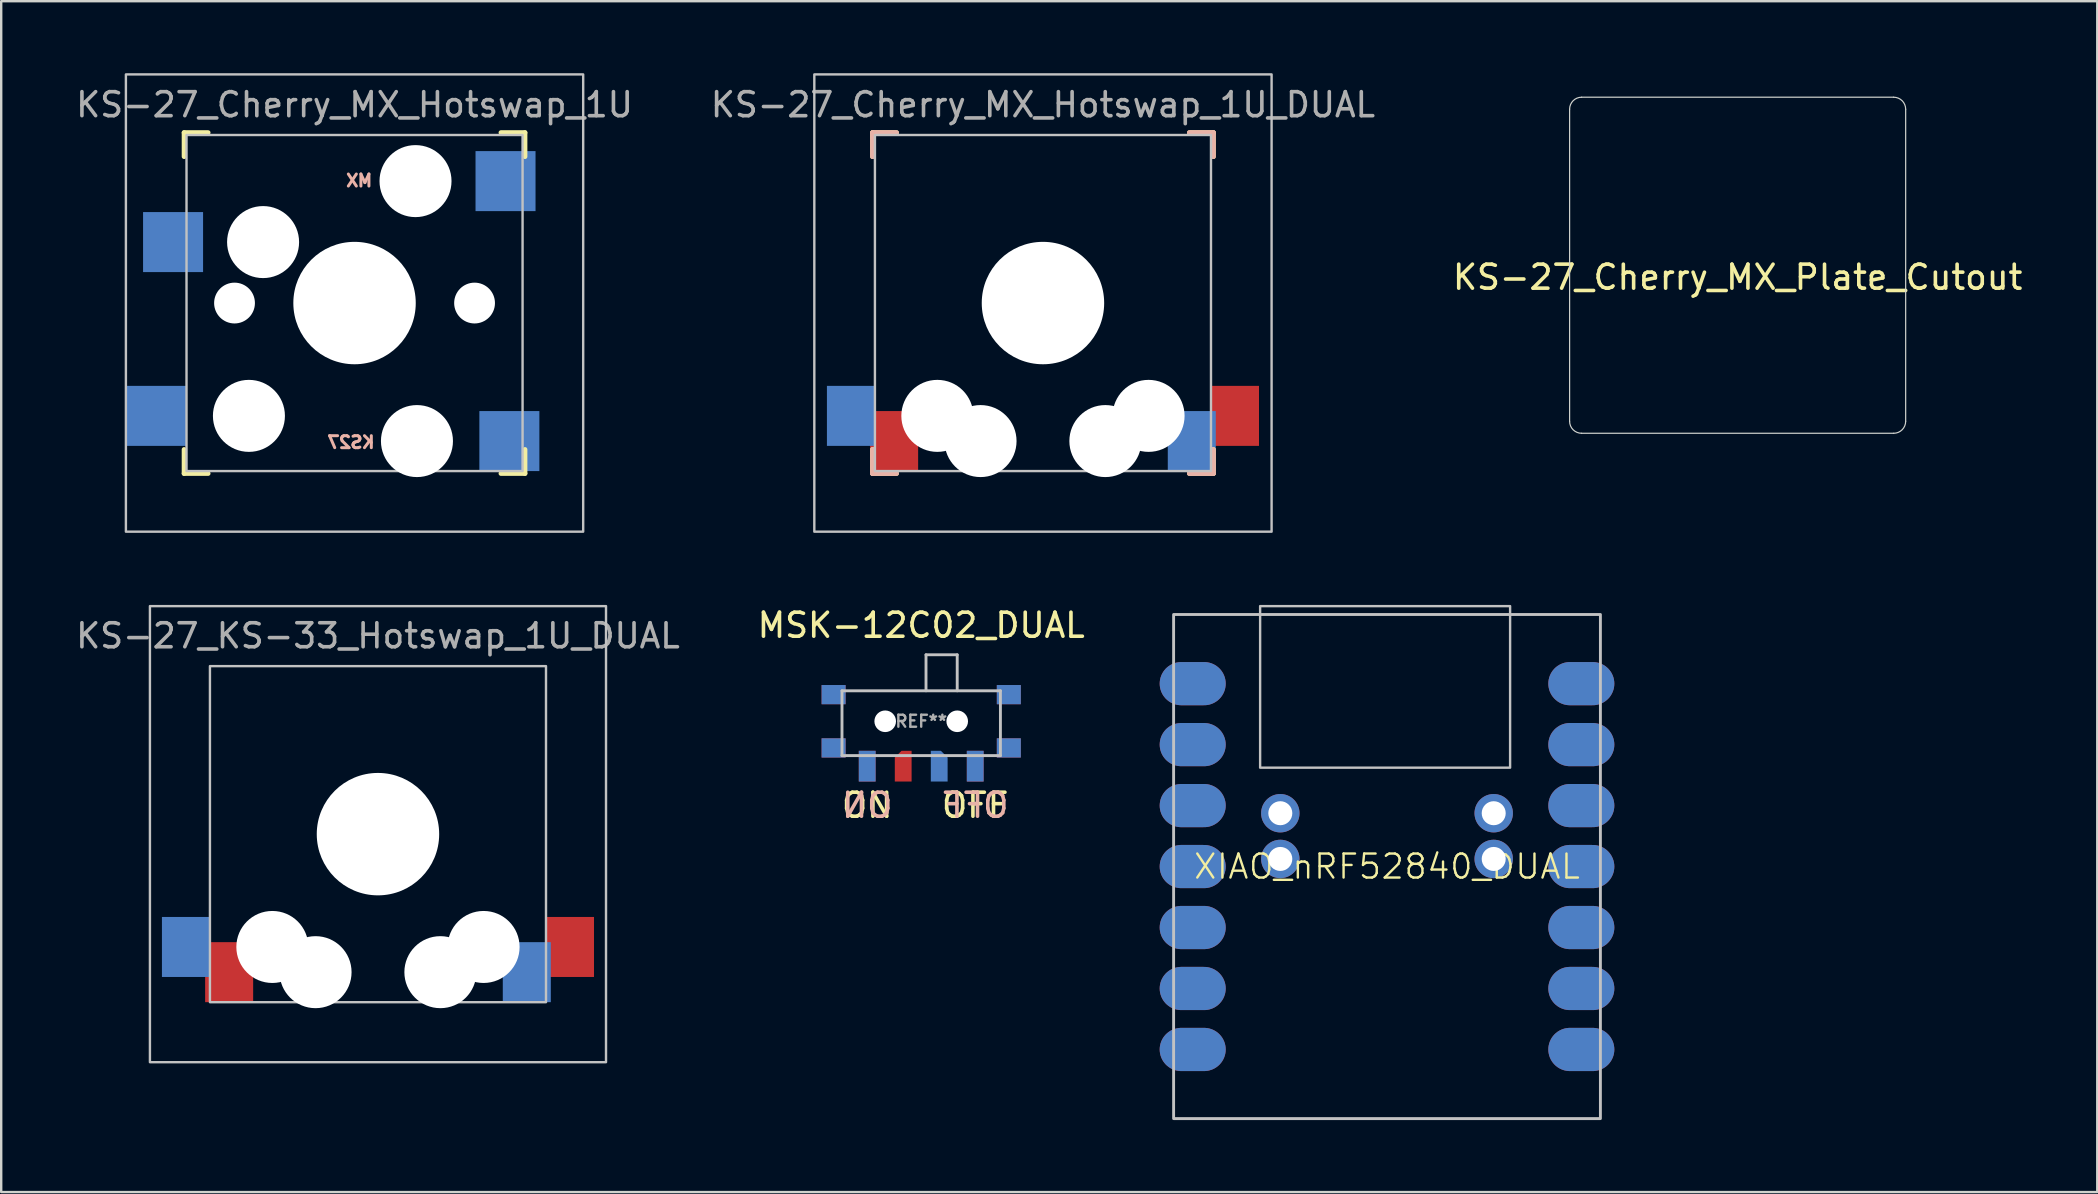
<source format=kicad_pcb>
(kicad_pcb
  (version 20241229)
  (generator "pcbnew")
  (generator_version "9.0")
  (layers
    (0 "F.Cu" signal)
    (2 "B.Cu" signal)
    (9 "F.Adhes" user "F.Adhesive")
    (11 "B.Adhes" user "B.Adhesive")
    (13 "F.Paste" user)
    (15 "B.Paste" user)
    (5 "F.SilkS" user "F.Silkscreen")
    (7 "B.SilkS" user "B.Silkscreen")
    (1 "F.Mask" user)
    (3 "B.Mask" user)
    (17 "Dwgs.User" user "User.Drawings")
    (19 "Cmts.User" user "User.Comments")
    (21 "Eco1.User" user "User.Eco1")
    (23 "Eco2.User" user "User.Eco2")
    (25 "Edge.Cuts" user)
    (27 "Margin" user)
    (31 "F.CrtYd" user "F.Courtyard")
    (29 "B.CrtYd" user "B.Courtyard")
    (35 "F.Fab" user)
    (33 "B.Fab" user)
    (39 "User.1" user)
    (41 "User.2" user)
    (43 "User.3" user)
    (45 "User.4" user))
  (footprint "KS-27_Cherry_MX_Hotswap_1U"
    (layer "F.Cu")
    (at 11.72 9.575)
    (property "Reference" "KS-27_Cherry_MX_Hotswap_1U" (at 0 -8.262 0) (unlocked yes) (layer "F.Fab") (effects (font (size 1 1) (thickness 0.15))))
    (attr smd)
    (fp_line (start -7.1 -7.1) (end -7.1 -6.1) (stroke (width 0.2) (type default)) (layer "F.SilkS"))
    (fp_line (start -7.1 -7.1) (end -6.1 -7.1) (stroke (width 0.2) (type default)) (layer "F.SilkS"))
    (fp_line (start -7.1 7.1) (end -7.1 6.1) (stroke (width 0.2) (type default)) (layer "F.SilkS"))
    (fp_line (start -6.1 7.1) (end -7.1 7.1) (stroke (width 0.2) (type default)) (layer "F.SilkS"))
    (fp_line (start 6.1 -7.1) (end 7.1 -7.1) (stroke (width 0.2) (type default)) (layer "F.SilkS"))
    (fp_line (start 7.1 -6.1) (end 7.1 -7.1) (stroke (width 0.2) (type default)) (layer "F.SilkS"))
    (fp_line (start 7.1 7.1) (end 6.1 7.1) (stroke (width 0.2) (type default)) (layer "F.SilkS"))
    (fp_line (start 7.1 7.1) (end 7.1 6.1) (stroke (width 0.2) (type default)) (layer "F.SilkS"))
    (fp_rect (start -9.525 -9.525) (end 9.525 9.525) (stroke (width 0.1) (type default)) (fill no) (layer "Dwgs.User"))
    (fp_rect (start -7 -7) (end 7 7) (stroke (width 0.1) (type default)) (fill no) (layer "Dwgs.User"))
    (fp_text user "MX" (at 0.8 -5.1 0) (unlocked yes) (layer "B.SilkS") (effects (font (size 0.5 0.5) (thickness 0.125)) (justify left mirror)))
    (fp_text user "KS27" (at 0.9 5.8 0) (unlocked yes) (layer "B.SilkS") (effects (font (size 0.5 0.5) (thickness 0.125)) (justify left mirror)))
    (pad "" np_thru_hole circle (at -5 0) (size 1.7 1.7) (drill 1.7) (layers "*.Cu" "*.Mask"))
    (pad "" np_thru_hole circle (at -4.4 4.7) (size 3 3) (drill 3) (layers "*.Cu" "*.Mask"))
    (pad "" np_thru_hole circle (at -3.81 -2.54) (size 3 3) (drill 3) (layers "*.Cu" "*.Mask"))
    (pad "" np_thru_hole circle (at 0 0) (size 5.1 5.1) (drill 5.1) (layers "*.Cu" "*.Mask"))
    (pad "" np_thru_hole circle (at 2.54 -5.08) (size 3 3) (drill 3) (layers "*.Cu" "*.Mask"))
    (pad "" np_thru_hole circle (at 2.6 5.75) (size 3 3) (drill 3) (layers "*.Cu" "*.Mask"))
    (pad "" np_thru_hole circle (at 5 0) (size 1.7 1.7) (drill 1.7) (layers "*.Cu" "*.Mask"))
    (pad "1" smd rect (at -8.25 4.7) (size 2.5 2.5) (layers "B.Cu" "B.Mask" "B.Paste"))
    (pad "1" smd rect (at -7.56 -2.54) (size 2.5 2.5) (layers "B.Cu" "B.Mask" "B.Paste"))
    (pad "2" smd rect (at 6.29 -5.08) (size 2.5 2.5) (layers "B.Cu" "B.Mask" "B.Paste"))
    (pad "2" smd rect (at 6.45 5.75) (size 2.5 2.5) (layers "B.Cu" "B.Mask" "B.Paste")))
  (footprint "KS-27_Cherry_MX_Hotswap_1U_DUAL"
    (layer "F.Cu")
    (at 40.399 9.575)
    (property "Reference" "KS-27_Cherry_MX_Hotswap_1U_DUAL" (at 0 -8.262 0) (unlocked yes) (layer "F.Fab") (effects (font (size 1 1) (thickness 0.15))))
    (attr smd)
    (fp_line (start -7.1 -7.1) (end -7.1 -6.1) (stroke (width 0.2) (type default)) (layer "F.SilkS"))
    (fp_line (start -7.1 -7.1) (end -6.1 -7.1) (stroke (width 0.2) (type default)) (layer "F.SilkS"))
    (fp_line (start -7.1 7.1) (end -7.1 6.1) (stroke (width 0.2) (type default)) (layer "F.SilkS"))
    (fp_line (start -6.1 7.1) (end -7.1 7.1) (stroke (width 0.2) (type default)) (layer "F.SilkS"))
    (fp_line (start 6.1 -7.1) (end 7.1 -7.1) (stroke (width 0.2) (type default)) (layer "F.SilkS"))
    (fp_line (start 7.1 -6.1) (end 7.1 -7.1) (stroke (width 0.2) (type default)) (layer "F.SilkS"))
    (fp_line (start 7.1 7.1) (end 6.1 7.1) (stroke (width 0.2) (type default)) (layer "F.SilkS"))
    (fp_line (start 7.1 7.1) (end 7.1 6.1) (stroke (width 0.2) (type default)) (layer "F.SilkS"))
    (fp_line (start -7.1 -6.1) (end -7.1 -7.1) (stroke (width 0.2) (type default)) (layer "B.SilkS"))
    (fp_line (start -7.1 7.1) (end -7.1 6.1) (stroke (width 0.2) (type default)) (layer "B.SilkS"))
    (fp_line (start -7.1 7.1) (end -6.1 7.1) (stroke (width 0.2) (type default)) (layer "B.SilkS"))
    (fp_line (start -6.1 -7.1) (end -7.1 -7.1) (stroke (width 0.2) (type default)) (layer "B.SilkS"))
    (fp_line (start 6.1 7.1) (end 7.1 7.1) (stroke (width 0.2) (type default)) (layer "B.SilkS"))
    (fp_line (start 7.1 -7.1) (end 6.1 -7.1) (stroke (width 0.2) (type default)) (layer "B.SilkS"))
    (fp_line (start 7.1 -7.1) (end 7.1 -6.1) (stroke (width 0.2) (type default)) (layer "B.SilkS"))
    (fp_line (start 7.1 7.1) (end 7.1 6.1) (stroke (width 0.2) (type default)) (layer "B.SilkS"))
    (fp_rect (start -9.525 -9.525) (end 9.525 9.525) (stroke (width 0.1) (type default)) (fill no) (layer "Dwgs.User"))
    (fp_rect (start -7 -7) (end 7 7) (stroke (width 0.1) (type default)) (fill no) (layer "Dwgs.User"))
    (pad "" np_thru_hole circle (at -4.4 4.7) (size 3 3) (drill 3) (layers "*.Cu" "*.Mask"))
    (pad "" np_thru_hole circle (at -2.6 5.75) (size 3 3) (drill 3) (layers "*.Cu" "*.Mask"))
    (pad "" np_thru_hole circle (at 0 0) (size 5.1 5.1) (drill 5.1) (layers "*.Cu" "*.Mask"))
    (pad "" np_thru_hole circle (at 2.6 5.75) (size 3 3) (drill 3) (layers "*.Cu" "*.Mask"))
    (pad "" np_thru_hole circle (at 4.4 4.7) (size 3 3) (drill 3) (layers "*.Cu" "*.Mask"))
    (pad "1" smd rect (at -8 4.7) (size 2 2.5) (layers "B.Cu" "B.Mask" "B.Paste"))
    (pad "1" smd rect (at -6.2 5.75) (size 2 2.5) (layers "F.Cu" "F.Mask" "F.Paste"))
    (pad "2" smd rect (at 6.2 5.75) (size 2 2.5) (layers "B.Cu" "B.Mask" "B.Paste"))
    (pad "2" smd rect (at 8 4.7) (size 2 2.5) (layers "F.Cu" "F.Mask" "F.Paste")))
  (footprint "KS-27_KS-33_Hotswap_1U_DUAL"
    (layer "F.Cu")
    (at 12.696 31.7)
    (property "Reference" "KS-27_KS-33_Hotswap_1U_DUAL" (at 0 -8.262 0) (unlocked yes) (layer "F.Fab") (effects (font (size 1 1) (thickness 0.15))))
    (attr smd)
    (fp_rect (start -9.5 -9.5) (end 9.5 9.5) (stroke (width 0.1) (type default)) (fill no) (layer "Dwgs.User"))
    (fp_rect (start -7 -7) (end 7 7) (stroke (width 0.1) (type default)) (fill no) (layer "Dwgs.User"))
    (pad "" np_thru_hole circle (at -4.4 4.7) (size 3 3) (drill 3) (layers "*.Cu" "*.Mask"))
    (pad "" np_thru_hole circle (at -2.6 5.75) (size 3 3) (drill 3) (layers "*.Cu" "*.Mask"))
    (pad "" np_thru_hole circle (at 0 0) (size 5.1 5.1) (drill 5.1) (layers "*.Cu" "*.Mask"))
    (pad "" np_thru_hole circle (at 2.6 5.75) (size 3 3) (drill 3) (layers "*.Cu" "*.Mask"))
    (pad "" np_thru_hole circle (at 4.4 4.7) (size 3 3) (drill 3) (layers "*.Cu" "*.Mask"))
    (pad "1" smd rect (at -8 4.7) (size 2 2.5) (layers "B.Cu" "B.Mask" "B.Paste"))
    (pad "1" smd rect (at -6.2 5.75) (size 2 2.5) (layers "F.Cu" "F.Mask" "F.Paste"))
    (pad "2" smd rect (at 6.2 5.75) (size 2 2.5) (layers "B.Cu" "B.Mask" "B.Paste"))
    (pad "2" smd rect (at 8 4.7) (size 2 2.5) (layers "F.Cu" "F.Mask" "F.Paste")))
  (footprint "KS-27_Cherry_MX_Plate_Cutout"
    (layer "F.Cu")
    (at 69.339 8)
    (property "Reference" "KS-27_Cherry_MX_Plate_Cutout" (at 0 0.5 0) (layer "F.SilkS") (effects (font (size 1 1) (thickness 0.15))))
    (attr through_hole)
    (fp_line (start -7 6.5) (end -7 -6.5) (stroke (width 0.05) (type default)) (layer "Edge.Cuts"))
    (fp_line (start -6.5 -7) (end 6.5 -7) (stroke (width 0.05) (type default)) (layer "Edge.Cuts"))
    (fp_line (start 6.5 7) (end -6.5 7) (stroke (width 0.05) (type default)) (layer "Edge.Cuts"))
    (fp_line (start 7 -6.5) (end 7 6.5) (stroke (width 0.05) (type default)) (layer "Edge.Cuts"))
    (fp_arc (start -7 -6.5) (mid -6.853553 -6.853553) (end -6.5 -7) (stroke (width 0.05) (type default)) (layer "Edge.Cuts"))
    (fp_arc (start -6.5 7) (mid -6.853553 6.853553) (end -7 6.5) (stroke (width 0.05) (type default)) (layer "Edge.Cuts"))
    (fp_arc (start 6.5 -7) (mid 6.853553 -6.853553) (end 7 -6.5) (stroke (width 0.05) (type default)) (layer "Edge.Cuts"))
    (fp_arc (start 7 6.5) (mid 6.853553 6.853553) (end 6.5 7) (stroke (width 0.05) (type default)) (layer "Edge.Cuts"))
    (zone (net_name "") (layers "F.Cu" "B.Cu") (hatch edge 0.5) (connect_pads) (min_thickness 0.25) (filled_areas_thickness no) (keepout (tracks allowed) (vias allowed) (pads allowed) (copperpour not_allowed) (footprints allowed)) (placement (enabled no)) (fill) (polygon (pts (xy 62.339 0) (xy 76.339 0) (xy 77.339 1) (xy 77.339 15) (xy 76.339 16) (xy 62.339 16) (xy 61.339 15) (xy 61.339 1)))))
  (footprint "XIAO_nRF52840_DUAL"
    (layer "F.Cu")
    (at 54.732 22.55)
    (property "Reference" "XIAO_nRF52840_DUAL" (at 0 10.5 0) (unlocked yes) (layer "F.SilkS") (effects (font (size 1 1) (thickness 0.1))))
    (attr smd)
    (fp_rect (start -8.89 21) (end 8.89 0) (stroke (width 0.12) (type solid)) (fill no) (layer "Dwgs.User"))
    (fp_rect (start -5.286 -0.35) (end 5.128 6.381) (stroke (width 0.1) (type default)) (fill no) (layer "Dwgs.User"))
    (pad "1" smd oval (at -8.57 2.88 180) (size 2.75 1.8) (drill (offset -0.475 0)) (layers "F.Cu" "F.Mask" "F.Paste"))
    (pad "1" smd oval (at 8.57 2.88 180) (size 2.75 1.8) (drill (offset 0.475 0)) (layers "B.Cu" "B.Mask" "B.Paste"))
    (pad "2" smd oval (at -8.57 5.42 180) (size 2.75 1.8) (drill (offset -0.475 0)) (layers "F.Cu" "F.Mask" "F.Paste"))
    (pad "2" smd oval (at 8.57 5.42 180) (size 2.75 1.8) (drill (offset 0.475 0)) (layers "B.Cu" "B.Mask" "B.Paste"))
    (pad "3" smd oval (at -8.57 7.96 180) (size 2.75 1.8) (drill (offset -0.475 0)) (layers "F.Cu" "F.Mask" "F.Paste"))
    (pad "3" smd oval (at 8.57 7.96 180) (size 2.75 1.8) (drill (offset 0.475 0)) (layers "B.Cu" "B.Mask" "B.Paste"))
    (pad "4" smd oval (at -8.57 10.5 180) (size 2.75 1.8) (drill (offset -0.475 0)) (layers "F.Cu" "F.Mask" "F.Paste"))
    (pad "4" smd oval (at 8.57 10.5 180) (size 2.75 1.8) (drill (offset 0.475 0)) (layers "B.Cu" "B.Mask" "B.Paste"))
    (pad "5" smd oval (at -8.57 13.04 180) (size 2.75 1.8) (drill (offset -0.475 0)) (layers "F.Cu" "F.Mask" "F.Paste"))
    (pad "5" smd oval (at 8.57 13.04 180) (size 2.75 1.8) (drill (offset 0.475 0)) (layers "B.Cu" "B.Mask" "B.Paste"))
    (pad "6" smd oval (at -8.57 15.58 180) (size 2.75 1.8) (drill (offset -0.475 0)) (layers "F.Cu" "F.Mask" "F.Paste"))
    (pad "6" smd oval (at 8.57 15.58 180) (size 2.75 1.8) (drill (offset 0.475 0)) (layers "B.Cu" "B.Mask" "B.Paste"))
    (pad "7" smd oval (at -8.57 18.12 180) (size 2.75 1.8) (drill (offset -0.475 0)) (layers "F.Cu" "F.Mask" "F.Paste"))
    (pad "7" smd oval (at 8.57 18.12 180) (size 2.75 1.8) (drill (offset 0.475 0)) (layers "B.Cu" "B.Mask" "B.Paste"))
    (pad "8" smd oval (at -8.57 18.12) (size 2.75 1.8) (drill (offset 0.475 0)) (layers "B.Cu" "B.Mask" "B.Paste"))
    (pad "8" smd oval (at 8.57 18.12) (size 2.75 1.8) (drill (offset -0.475 0)) (layers "F.Cu" "F.Mask" "F.Paste"))
    (pad "9" smd oval (at -8.57 15.58) (size 2.75 1.8) (drill (offset 0.475 0)) (layers "B.Cu" "B.Mask" "B.Paste"))
    (pad "9" smd oval (at 8.57 15.58) (size 2.75 1.8) (drill (offset -0.475 0)) (layers "F.Cu" "F.Mask" "F.Paste"))
    (pad "10" smd oval (at -8.57 13.04) (size 2.75 1.8) (drill (offset 0.475 0)) (layers "B.Cu" "B.Mask" "B.Paste"))
    (pad "10" smd oval (at 8.57 13.04) (size 2.75 1.8) (drill (offset -0.475 0)) (layers "F.Cu" "F.Mask" "F.Paste"))
    (pad "11" smd oval (at -8.57 10.5) (size 2.75 1.8) (drill (offset 0.475 0)) (layers "B.Cu" "B.Mask" "B.Paste"))
    (pad "11" smd oval (at 8.57 10.5) (size 2.75 1.8) (drill (offset -0.475 0)) (layers "F.Cu" "F.Mask" "F.Paste"))
    (pad "12" smd oval (at -8.57 7.96) (size 2.75 1.8) (drill (offset 0.475 0)) (layers "B.Cu" "B.Mask" "B.Paste"))
    (pad "12" smd oval (at 8.57 7.96) (size 2.75 1.8) (drill (offset -0.475 0)) (layers "F.Cu" "F.Mask" "F.Paste"))
    (pad "13" smd oval (at -8.57 5.42) (size 2.75 1.8) (drill (offset 0.475 0)) (layers "B.Cu" "B.Mask" "B.Paste"))
    (pad "13" smd oval (at 8.57 5.42) (size 2.75 1.8) (drill (offset -0.475 0)) (layers "F.Cu" "F.Mask" "F.Paste"))
    (pad "14" smd oval (at -8.57 2.88) (size 2.75 1.8) (drill (offset 0.475 0)) (layers "B.Cu" "B.Mask" "B.Paste"))
    (pad "14" smd oval (at 8.57 2.88) (size 2.75 1.8) (drill (offset -0.475 0)) (layers "F.Cu" "F.Mask" "F.Paste"))
    (pad "19" thru_hole circle (at -4.445 10.183 180) (size 1.6 1.6) (drill 1) (layers "*.Cu" "*.Mask"))
    (pad "19" thru_hole circle (at 4.445 10.183 180) (size 1.6 1.6) (drill 1) (layers "*.Cu" "*.Mask"))
    (pad "20" thru_hole circle (at -4.445 8.278 180) (size 1.6 1.6) (drill 1) (layers "*.Cu" "*.Mask"))
    (pad "20" thru_hole circle (at 4.445 8.278 180) (size 1.6 1.6) (drill 1) (layers "*.Cu" "*.Mask")))
  (footprint "MSK-12C02_DUAL"
    (layer "F.Cu")
    (at 35.327 25.728)
    (property "Reference" "MSK-12C02_DUAL" (at 0 -2.73 0) (layer "F.SilkS") (effects (font (size 1 1) (thickness 0.15))))
    (attr through_hole)
    (fp_line (start -3.3 0) (end -3.3 2.7) (stroke (width 0.12) (type solid)) (layer "Dwgs.User"))
    (fp_line (start -3.3 0) (end 3.3 0) (stroke (width 0.12) (type solid)) (layer "Dwgs.User"))
    (fp_line (start -3.3 2.7) (end 3.3 2.7) (stroke (width 0.12) (type solid)) (layer "Dwgs.User"))
    (fp_line (start 0.2 -1.5) (end 0.2 0) (stroke (width 0.12) (type solid)) (layer "Dwgs.User"))
    (fp_line (start 0.2 -1.5) (end 1.5 -1.5) (stroke (width 0.12) (type solid)) (layer "Dwgs.User"))
    (fp_line (start 1.5 -1.5) (end 1.5 0) (stroke (width 0.12) (type solid)) (layer "Dwgs.User"))
    (fp_line (start 3.3 0) (end 3.3 2.7) (stroke (width 0.12) (type solid)) (layer "Dwgs.User"))
    (fp_text user "OFF" (at 2.25 4.77 0) (layer "F.SilkS") (effects (font (size 1 1) (thickness 0.15))))
    (fp_text user "ON" (at -2.25 4.77 0) (layer "F.SilkS") (effects (font (size 1 1) (thickness 0.15))))
    (fp_text user "ON" (at -2.25 4.77 0) (layer "B.SilkS") (effects (font (size 1 1) (thickness 0.15)) (justify mirror)))
    (fp_text user "OFF" (at 2.25 4.77 0) (layer "B.SilkS") (effects (font (size 1 1) (thickness 0.15)) (justify mirror)))
    (fp_text user "REF**" (at 0 1.27 0) (layer "F.Fab") (effects (font (size 0.5 0.5) (thickness 0.1))))
    (pad "" smd rect (at -3.65 0.16) (size 1 0.8) (layers "F.Cu" "F.Mask" "F.Paste"))
    (pad "" smd rect (at -3.65 0.16) (size 1 0.8) (layers "B.Cu" "B.Mask" "B.Paste"))
    (pad "" smd rect (at -3.65 2.38) (size 1 0.8) (layers "F.Cu" "F.Mask" "F.Paste"))
    (pad "" smd rect (at -3.65 2.38) (size 1 0.8) (layers "B.Cu" "B.Mask" "B.Paste"))
    (pad "" np_thru_hole circle (at -1.5 1.27) (size 0.9 0.9) (drill 0.9) (layers "*.Cu" "*.Mask"))
    (pad "" np_thru_hole circle (at 1.5 1.27) (size 0.9 0.9) (drill 0.9) (layers "*.Cu" "*.Mask"))
    (pad "" smd rect (at 3.65 0.16) (size 1 0.8) (layers "F.Cu" "F.Mask" "F.Paste"))
    (pad "" smd rect (at 3.65 0.16) (size 1 0.8) (layers "B.Cu" "B.Mask" "B.Paste"))
    (pad "" smd rect (at 3.65 2.38) (size 1 0.8) (layers "F.Cu" "F.Mask" "F.Paste"))
    (pad "" smd rect (at 3.65 2.38) (size 1 0.8) (layers "B.Cu" "B.Mask" "B.Paste"))
    (pad "1" smd rect (at -2.25 3.14) (size 0.7 1.28) (layers "F.Cu" "F.Mask" "F.Paste"))
    (pad "1" smd rect (at -2.25 3.14) (size 0.7 1.28) (layers "B.Cu" "B.Mask" "B.Paste"))
    (pad "2" smd roundrect (at -0.75 3.14) (size 0.7 1.28) (layers "F.Cu" "F.Mask" "F.Paste") (roundrect_rratio 0) (chamfer_ratio 0.4) (chamfer top_left))
    (pad "2" smd roundrect (at 0.75 3.14) (size 0.7 1.28) (layers "B.Cu" "B.Mask" "B.Paste") (roundrect_rratio 0) (chamfer_ratio 0.4) (chamfer top_right))
    (pad "3" smd rect (at 2.25 3.14) (size 0.7 1.28) (layers "F.Cu" "F.Mask" "F.Paste"))
    (pad "3" smd rect (at 2.25 3.14) (size 0.7 1.28) (layers "B.Cu" "B.Mask" "B.Paste")))
  (gr_rect
    (start -3 -3)
    (end 84.321 46.61)
    (stroke (width 0.1) (type default))
    (fill no)
    (layer "Edge.Cuts")))
</source>
